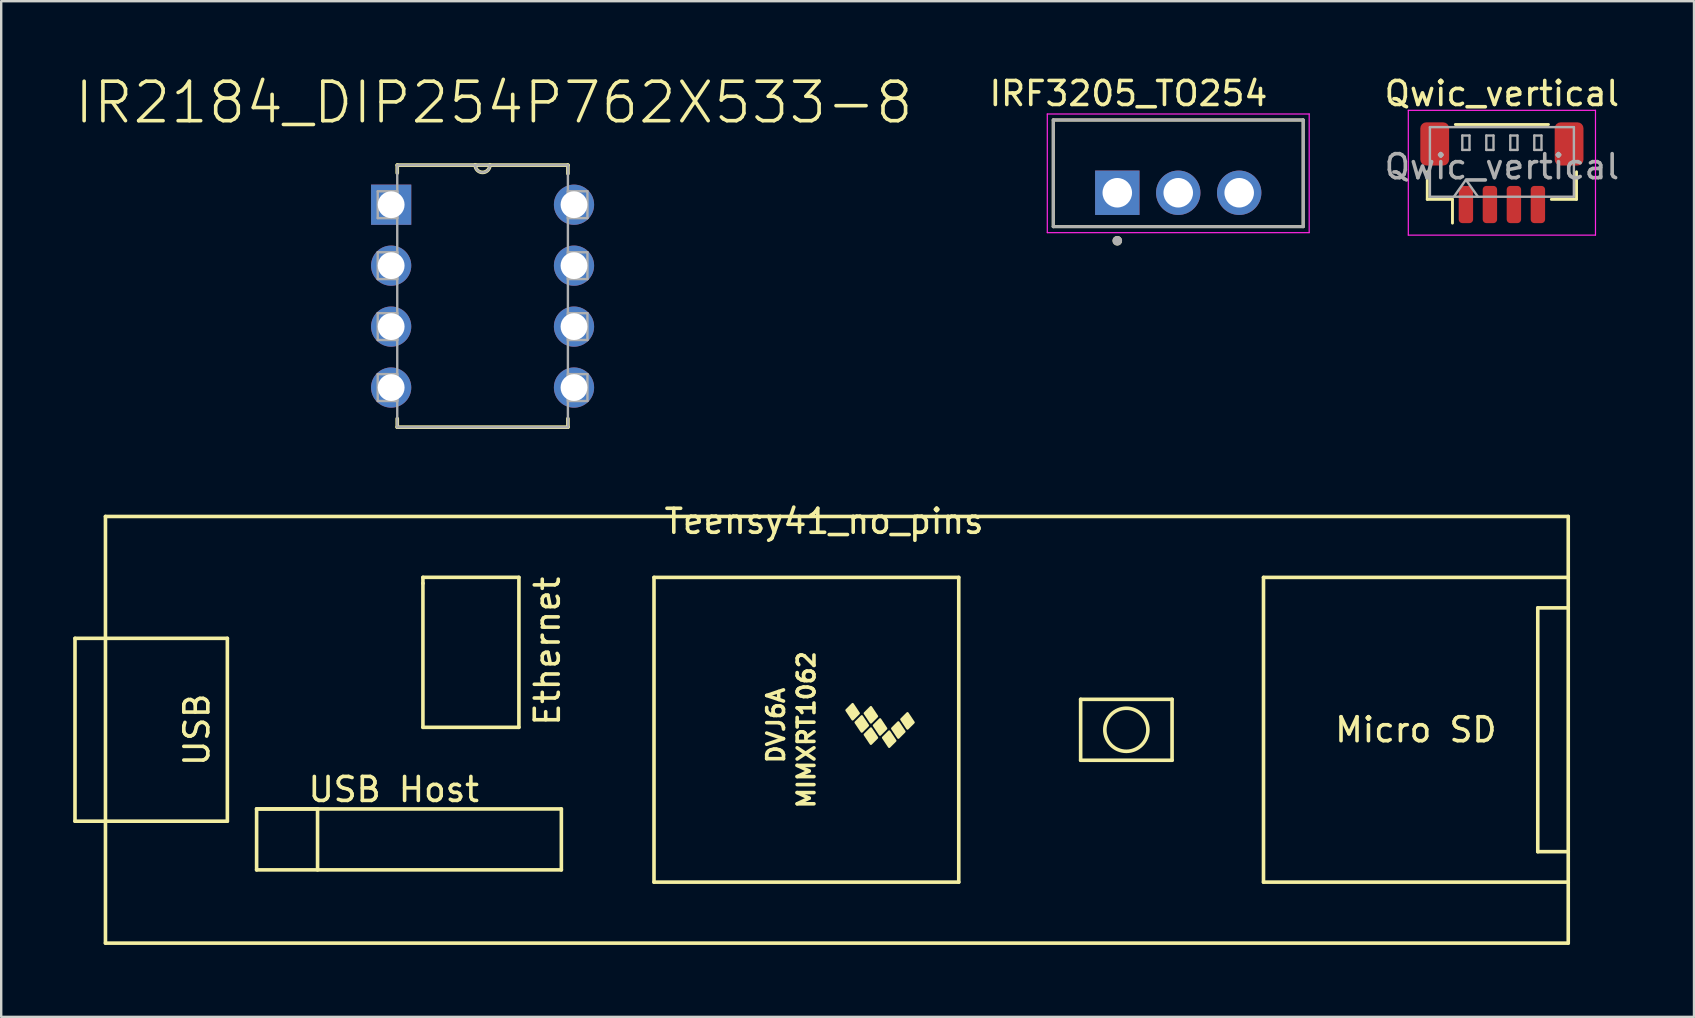
<source format=kicad_pcb>
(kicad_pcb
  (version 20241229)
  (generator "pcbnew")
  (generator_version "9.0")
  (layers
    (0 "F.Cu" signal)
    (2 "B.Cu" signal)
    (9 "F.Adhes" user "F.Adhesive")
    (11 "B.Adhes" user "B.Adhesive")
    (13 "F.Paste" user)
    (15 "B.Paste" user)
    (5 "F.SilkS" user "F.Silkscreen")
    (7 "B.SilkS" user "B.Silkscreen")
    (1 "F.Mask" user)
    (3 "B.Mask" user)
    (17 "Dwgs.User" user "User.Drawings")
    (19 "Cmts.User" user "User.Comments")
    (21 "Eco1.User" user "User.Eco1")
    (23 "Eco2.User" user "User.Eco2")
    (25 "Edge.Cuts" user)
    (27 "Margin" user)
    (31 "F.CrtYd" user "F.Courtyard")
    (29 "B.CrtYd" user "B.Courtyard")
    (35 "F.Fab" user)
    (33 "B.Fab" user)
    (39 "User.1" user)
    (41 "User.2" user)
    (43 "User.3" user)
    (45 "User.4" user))
  (footprint "IR2184_DIP254P762X533-8"
    (layer "F.Cu")
    (at 20.871 13.101)
    (property "Reference" "IR2184_DIP254P762X533-8" (at -3.338 -11.875 0) (layer "F.SilkS") (effects (font (size 1.645 1.645) (thickness 0.15))))
    (attr through_hole)
    (fp_line (start -7.366 -9.271) (end -7.366 -8.941) (stroke (width 0.152) (type solid)) (layer "F.SilkS"))
    (fp_line (start -7.366 1.295) (end -7.366 1.651) (stroke (width 0.152) (type solid)) (layer "F.SilkS"))
    (fp_line (start -7.366 1.651) (end -0.254 1.651) (stroke (width 0.152) (type solid)) (layer "F.SilkS"))
    (fp_line (start -4.115 -9.271) (end -7.366 -9.271) (stroke (width 0.152) (type solid)) (layer "F.SilkS"))
    (fp_line (start -3.505 -9.271) (end -4.115 -9.271) (stroke (width 0.152) (type solid)) (layer "F.SilkS"))
    (fp_line (start -0.254 -9.271) (end -3.505 -9.271) (stroke (width 0.152) (type solid)) (layer "F.SilkS"))
    (fp_line (start -0.254 -8.915) (end -0.254 -9.271) (stroke (width 0.152) (type solid)) (layer "F.SilkS"))
    (fp_line (start -0.254 1.651) (end -0.254 1.295) (stroke (width 0.152) (type solid)) (layer "F.SilkS"))
    (fp_arc (start -3.5052 -9.271) (mid -3.81 -8.9662) (end -4.1148 -9.271) (stroke (width 0.1524) (type solid)) (layer "F.SilkS"))
    (fp_line (start -8.179 -8.179) (end -8.179 -7.061) (stroke (width 0.1) (type solid)) (layer "F.Fab"))
    (fp_line (start -8.179 -7.061) (end -7.366 -7.061) (stroke (width 0.1) (type solid)) (layer "F.Fab"))
    (fp_line (start -8.179 -5.639) (end -8.179 -4.521) (stroke (width 0.1) (type solid)) (layer "F.Fab"))
    (fp_line (start -8.179 -4.521) (end -7.366 -4.521) (stroke (width 0.1) (type solid)) (layer "F.Fab"))
    (fp_line (start -8.179 -3.099) (end -8.179 -1.981) (stroke (width 0.1) (type solid)) (layer "F.Fab"))
    (fp_line (start -8.179 -1.981) (end -7.366 -1.981) (stroke (width 0.1) (type solid)) (layer "F.Fab"))
    (fp_line (start -8.179 -0.559) (end -8.179 0.559) (stroke (width 0.1) (type solid)) (layer "F.Fab"))
    (fp_line (start -8.179 0.559) (end -7.366 0.559) (stroke (width 0.1) (type solid)) (layer "F.Fab"))
    (fp_line (start -7.366 -9.271) (end -7.366 1.651) (stroke (width 0.1) (type solid)) (layer "F.Fab"))
    (fp_line (start -7.366 -8.179) (end -8.179 -8.179) (stroke (width 0.1) (type solid)) (layer "F.Fab"))
    (fp_line (start -7.366 -7.061) (end -7.366 -8.179) (stroke (width 0.1) (type solid)) (layer "F.Fab"))
    (fp_line (start -7.366 -5.639) (end -8.179 -5.639) (stroke (width 0.1) (type solid)) (layer "F.Fab"))
    (fp_line (start -7.366 -4.521) (end -7.366 -5.639) (stroke (width 0.1) (type solid)) (layer "F.Fab"))
    (fp_line (start -7.366 -3.099) (end -8.179 -3.099) (stroke (width 0.1) (type solid)) (layer "F.Fab"))
    (fp_line (start -7.366 -1.981) (end -7.366 -3.099) (stroke (width 0.1) (type solid)) (layer "F.Fab"))
    (fp_line (start -7.366 -0.559) (end -8.179 -0.559) (stroke (width 0.1) (type solid)) (layer "F.Fab"))
    (fp_line (start -7.366 0.559) (end -7.366 -0.559) (stroke (width 0.1) (type solid)) (layer "F.Fab"))
    (fp_line (start -7.366 1.651) (end -0.254 1.651) (stroke (width 0.1) (type solid)) (layer "F.Fab"))
    (fp_line (start -4.115 -9.271) (end -7.366 -9.271) (stroke (width 0.1) (type solid)) (layer "F.Fab"))
    (fp_line (start -3.505 -9.271) (end -4.115 -9.271) (stroke (width 0.1) (type solid)) (layer "F.Fab"))
    (fp_line (start -0.254 -9.271) (end -3.505 -9.271) (stroke (width 0.1) (type solid)) (layer "F.Fab"))
    (fp_line (start -0.254 -8.179) (end -0.254 -7.061) (stroke (width 0.1) (type solid)) (layer "F.Fab"))
    (fp_line (start -0.254 -7.061) (end 0.559 -7.061) (stroke (width 0.1) (type solid)) (layer "F.Fab"))
    (fp_line (start -0.254 -5.639) (end -0.254 -4.521) (stroke (width 0.1) (type solid)) (layer "F.Fab"))
    (fp_line (start -0.254 -4.521) (end 0.559 -4.521) (stroke (width 0.1) (type solid)) (layer "F.Fab"))
    (fp_line (start -0.254 -3.099) (end -0.254 -1.981) (stroke (width 0.1) (type solid)) (layer "F.Fab"))
    (fp_line (start -0.254 -1.981) (end 0.559 -1.981) (stroke (width 0.1) (type solid)) (layer "F.Fab"))
    (fp_line (start -0.254 -0.559) (end -0.254 0.559) (stroke (width 0.1) (type solid)) (layer "F.Fab"))
    (fp_line (start -0.254 0.559) (end 0.559 0.559) (stroke (width 0.1) (type solid)) (layer "F.Fab"))
    (fp_line (start -0.254 1.651) (end -0.254 -9.271) (stroke (width 0.1) (type solid)) (layer "F.Fab"))
    (fp_line (start 0.559 -8.179) (end -0.254 -8.179) (stroke (width 0.1) (type solid)) (layer "F.Fab"))
    (fp_line (start 0.559 -7.061) (end 0.559 -8.179) (stroke (width 0.1) (type solid)) (layer "F.Fab"))
    (fp_line (start 0.559 -5.639) (end -0.254 -5.639) (stroke (width 0.1) (type solid)) (layer "F.Fab"))
    (fp_line (start 0.559 -4.521) (end 0.559 -5.639) (stroke (width 0.1) (type solid)) (layer "F.Fab"))
    (fp_line (start 0.559 -3.099) (end -0.254 -3.099) (stroke (width 0.1) (type solid)) (layer "F.Fab"))
    (fp_line (start 0.559 -1.981) (end 0.559 -3.099) (stroke (width 0.1) (type solid)) (layer "F.Fab"))
    (fp_line (start 0.559 -0.559) (end -0.254 -0.559) (stroke (width 0.1) (type solid)) (layer "F.Fab"))
    (fp_line (start 0.559 0.559) (end 0.559 -0.559) (stroke (width 0.1) (type solid)) (layer "F.Fab"))
    (fp_arc (start -3.5052 -9.271) (mid -3.81 -8.9662) (end -4.1148 -9.271) (stroke (width 0.1) (type solid)) (layer "F.Fab"))
    (pad "1" thru_hole rect (at -7.62 -7.62) (size 1.676 1.676) (drill 1.118) (layers "*.Cu" "*.Mask"))
    (pad "2" thru_hole circle (at -7.62 -5.08) (size 1.676 1.676) (drill 1.118) (layers "*.Cu" "*.Mask"))
    (pad "3" thru_hole circle (at -7.62 -2.54) (size 1.676 1.676) (drill 1.118) (layers "*.Cu" "*.Mask"))
    (pad "4" thru_hole circle (at -7.62 0) (size 1.676 1.676) (drill 1.118) (layers "*.Cu" "*.Mask"))
    (pad "5" thru_hole circle (at 0 0) (size 1.676 1.676) (drill 1.118) (layers "*.Cu" "*.Mask"))
    (pad "6" thru_hole circle (at 0 -2.54) (size 1.676 1.676) (drill 1.118) (layers "*.Cu" "*.Mask"))
    (pad "7" thru_hole circle (at 0 -5.08) (size 1.676 1.676) (drill 1.118) (layers "*.Cu" "*.Mask"))
    (pad "8" thru_hole circle (at 0 -7.62) (size 1.676 1.676) (drill 1.118) (layers "*.Cu" "*.Mask")))
  (footprint "Qwic_vertical"
    (layer "F.Cu")
    (at 59.54 4.148)
    (property "Reference" "Qwic_vertical" (at 0 -3.3 0) (layer "F.SilkS") (effects (font (size 1 1) (thickness 0.15))))
    (attr smd)
    (fp_line (start -3.11 -0.04) (end -3.11 1.11) (stroke (width 0.12) (type solid)) (layer "F.SilkS"))
    (fp_line (start -3.11 1.11) (end -2.06 1.11) (stroke (width 0.12) (type solid)) (layer "F.SilkS"))
    (fp_line (start -2.06 1.11) (end -2.06 2.1) (stroke (width 0.12) (type solid)) (layer "F.SilkS"))
    (fp_line (start -1.94 -2.01) (end 1.94 -2.01) (stroke (width 0.12) (type solid)) (layer "F.SilkS"))
    (fp_line (start 3.11 -0.04) (end 3.11 1.11) (stroke (width 0.12) (type solid)) (layer "F.SilkS"))
    (fp_line (start 3.11 1.11) (end 2.06 1.11) (stroke (width 0.12) (type solid)) (layer "F.SilkS"))
    (fp_line (start -3.9 -2.6) (end -3.9 2.6) (stroke (width 0.05) (type solid)) (layer "F.CrtYd"))
    (fp_line (start -3.9 2.6) (end 3.9 2.6) (stroke (width 0.05) (type solid)) (layer "F.CrtYd"))
    (fp_line (start 3.9 -2.6) (end -3.9 -2.6) (stroke (width 0.05) (type solid)) (layer "F.CrtYd"))
    (fp_line (start 3.9 2.6) (end 3.9 -2.6) (stroke (width 0.05) (type solid)) (layer "F.CrtYd"))
    (fp_line (start -3 -1.9) (end 3 -1.9) (stroke (width 0.1) (type solid)) (layer "F.Fab"))
    (fp_line (start -3 1) (end -3 -1.9) (stroke (width 0.1) (type solid)) (layer "F.Fab"))
    (fp_line (start -3 1) (end 3 1) (stroke (width 0.1) (type solid)) (layer "F.Fab"))
    (fp_line (start -2 1) (end -1.5 0.293) (stroke (width 0.1) (type solid)) (layer "F.Fab"))
    (fp_line (start -1.65 -1.55) (end -1.65 -0.95) (stroke (width 0.1) (type solid)) (layer "F.Fab"))
    (fp_line (start -1.65 -0.95) (end -1.35 -0.95) (stroke (width 0.1) (type solid)) (layer "F.Fab"))
    (fp_line (start -1.5 0.293) (end -1 1) (stroke (width 0.1) (type solid)) (layer "F.Fab"))
    (fp_line (start -1.35 -1.55) (end -1.65 -1.55) (stroke (width 0.1) (type solid)) (layer "F.Fab"))
    (fp_line (start -1.35 -0.95) (end -1.35 -1.55) (stroke (width 0.1) (type solid)) (layer "F.Fab"))
    (fp_line (start -0.65 -1.55) (end -0.65 -0.95) (stroke (width 0.1) (type solid)) (layer "F.Fab"))
    (fp_line (start -0.65 -0.95) (end -0.35 -0.95) (stroke (width 0.1) (type solid)) (layer "F.Fab"))
    (fp_line (start -0.35 -1.55) (end -0.65 -1.55) (stroke (width 0.1) (type solid)) (layer "F.Fab"))
    (fp_line (start -0.35 -0.95) (end -0.35 -1.55) (stroke (width 0.1) (type solid)) (layer "F.Fab"))
    (fp_line (start 0.35 -1.55) (end 0.35 -0.95) (stroke (width 0.1) (type solid)) (layer "F.Fab"))
    (fp_line (start 0.35 -0.95) (end 0.65 -0.95) (stroke (width 0.1) (type solid)) (layer "F.Fab"))
    (fp_line (start 0.65 -1.55) (end 0.35 -1.55) (stroke (width 0.1) (type solid)) (layer "F.Fab"))
    (fp_line (start 0.65 -0.95) (end 0.65 -1.55) (stroke (width 0.1) (type solid)) (layer "F.Fab"))
    (fp_line (start 1.35 -1.55) (end 1.35 -0.95) (stroke (width 0.1) (type solid)) (layer "F.Fab"))
    (fp_line (start 1.35 -0.95) (end 1.65 -0.95) (stroke (width 0.1) (type solid)) (layer "F.Fab"))
    (fp_line (start 1.65 -1.55) (end 1.35 -1.55) (stroke (width 0.1) (type solid)) (layer "F.Fab"))
    (fp_line (start 1.65 -0.95) (end 1.65 -1.55) (stroke (width 0.1) (type solid)) (layer "F.Fab"))
    (fp_line (start 3 1) (end 3 -1.9) (stroke (width 0.1) (type solid)) (layer "F.Fab"))
    (fp_text user "${REFERENCE}" (at 0 -0.25 0) (layer "F.Fab") (effects (font (size 1 1) (thickness 0.15))))
    (pad "1" smd roundrect (at -1.5 1.325) (size 0.6 1.55) (layers "F.Cu" "F.Mask" "F.Paste") (roundrect_rratio 0.25))
    (pad "2" smd roundrect (at -0.5 1.325) (size 0.6 1.55) (layers "F.Cu" "F.Mask" "F.Paste") (roundrect_rratio 0.25))
    (pad "3" smd roundrect (at 0.5 1.325) (size 0.6 1.55) (layers "F.Cu" "F.Mask" "F.Paste") (roundrect_rratio 0.25))
    (pad "4" smd roundrect (at 1.5 1.325) (size 0.6 1.55) (layers "F.Cu" "F.Mask" "F.Paste") (roundrect_rratio 0.25))
    (pad "MP" smd roundrect (at -2.8 -1.2) (size 1.2 1.8) (layers "F.Cu" "F.Mask" "F.Paste") (roundrect_rratio 0.208))
    (pad "MP" smd roundrect (at 2.8 -1.2) (size 1.2 1.8) (layers "F.Cu" "F.Mask" "F.Paste") (roundrect_rratio 0.208)))
  (footprint "Teensy41_no_pins"
    (layer "F.Cu")
    (at 31.825 27.363)
    (property "Reference" "Teensy41_no_pins" (at -0.533 -8.687 0) (layer "F.SilkS") (effects (font (size 1 1) (thickness 0.15))))
    (attr through_hole)
    (fp_line (start -31.75 -3.81) (end -30.48 -3.81) (stroke (width 0.15) (type solid)) (layer "F.SilkS"))
    (fp_line (start -31.75 3.81) (end -31.75 -3.81) (stroke (width 0.15) (type solid)) (layer "F.SilkS"))
    (fp_line (start -30.48 -8.89) (end 30.48 -8.89) (stroke (width 0.15) (type solid)) (layer "F.SilkS"))
    (fp_line (start -30.48 3.81) (end -31.75 3.81) (stroke (width 0.15) (type solid)) (layer "F.SilkS"))
    (fp_line (start -30.48 8.89) (end -30.48 -8.89) (stroke (width 0.15) (type solid)) (layer "F.SilkS"))
    (fp_line (start -25.4 -3.81) (end -30.48 -3.81) (stroke (width 0.15) (type solid)) (layer "F.SilkS"))
    (fp_line (start -25.4 3.81) (end -30.48 3.81) (stroke (width 0.15) (type solid)) (layer "F.SilkS"))
    (fp_line (start -25.4 3.81) (end -25.4 -3.81) (stroke (width 0.15) (type solid)) (layer "F.SilkS"))
    (fp_line (start -24.181 3.299) (end -21.641 3.299) (stroke (width 0.15) (type solid)) (layer "F.SilkS"))
    (fp_line (start -24.181 3.299) (end -11.481 3.299) (stroke (width 0.15) (type solid)) (layer "F.SilkS"))
    (fp_line (start -24.181 5.839) (end -24.181 3.299) (stroke (width 0.15) (type solid)) (layer "F.SilkS"))
    (fp_line (start -21.641 3.299) (end -21.641 5.839) (stroke (width 0.15) (type solid)) (layer "F.SilkS"))
    (fp_line (start -17.25 -6.352) (end -17.25 -6.102) (stroke (width 0.15) (type solid)) (layer "F.SilkS"))
    (fp_line (start -17.25 -6.102) (end -17.25 -0.102) (stroke (width 0.15) (type solid)) (layer "F.SilkS"))
    (fp_line (start -17.25 -0.102) (end -13.25 -0.102) (stroke (width 0.15) (type solid)) (layer "F.SilkS"))
    (fp_line (start -13.25 -6.352) (end -17.25 -6.352) (stroke (width 0.15) (type solid)) (layer "F.SilkS"))
    (fp_line (start -13.25 -0.102) (end -13.25 -6.352) (stroke (width 0.15) (type solid)) (layer "F.SilkS"))
    (fp_line (start -11.481 3.299) (end -11.481 5.839) (stroke (width 0.15) (type solid)) (layer "F.SilkS"))
    (fp_line (start -11.481 5.839) (end -24.181 5.839) (stroke (width 0.15) (type solid)) (layer "F.SilkS"))
    (fp_line (start -7.62 -6.35) (end -7.62 6.35) (stroke (width 0.15) (type solid)) (layer "F.SilkS"))
    (fp_line (start -7.62 6.35) (end 5.08 6.35) (stroke (width 0.15) (type solid)) (layer "F.SilkS"))
    (fp_line (start 5.08 -6.35) (end -7.62 -6.35) (stroke (width 0.15) (type solid)) (layer "F.SilkS"))
    (fp_line (start 5.08 6.35) (end 5.08 -6.35) (stroke (width 0.15) (type solid)) (layer "F.SilkS"))
    (fp_line (start 10.16 -1.27) (end 13.97 -1.27) (stroke (width 0.15) (type solid)) (layer "F.SilkS"))
    (fp_line (start 10.16 1.27) (end 10.16 -1.27) (stroke (width 0.15) (type solid)) (layer "F.SilkS"))
    (fp_line (start 13.97 -1.27) (end 13.97 1.27) (stroke (width 0.15) (type solid)) (layer "F.SilkS"))
    (fp_line (start 13.97 1.27) (end 10.16 1.27) (stroke (width 0.15) (type solid)) (layer "F.SilkS"))
    (fp_line (start 17.78 -6.35) (end 17.78 6.35) (stroke (width 0.15) (type solid)) (layer "F.SilkS"))
    (fp_line (start 17.78 6.35) (end 30.48 6.35) (stroke (width 0.15) (type solid)) (layer "F.SilkS"))
    (fp_line (start 29.21 -5.08) (end 29.21 5.08) (stroke (width 0.15) (type solid)) (layer "F.SilkS"))
    (fp_line (start 29.21 5.08) (end 30.48 5.08) (stroke (width 0.15) (type solid)) (layer "F.SilkS"))
    (fp_line (start 30.48 -8.89) (end 30.48 8.89) (stroke (width 0.15) (type solid)) (layer "F.SilkS"))
    (fp_line (start 30.48 -6.35) (end 17.78 -6.35) (stroke (width 0.15) (type solid)) (layer "F.SilkS"))
    (fp_line (start 30.48 -5.08) (end 29.21 -5.08) (stroke (width 0.15) (type solid)) (layer "F.SilkS"))
    (fp_line (start 30.48 8.89) (end -30.48 8.89) (stroke (width 0.15) (type solid)) (layer "F.SilkS"))
    (fp_circle (center 12.065 0) (end 12.7 -0.635) (stroke (width 0.15) (type solid)) (fill no) (layer "F.SilkS"))
    (fp_poly (pts (xy 0.911 -0.688) (xy 0.657 -0.434) (xy 0.403 -0.815) (xy 0.657 -1.069)) (stroke (width 0.1) (type solid)) (fill yes) (layer "F.SilkS"))
    (fp_poly (pts (xy 1.292 -0.18) (xy 1.038 0.074) (xy 0.784 -0.307) (xy 1.038 -0.561)) (stroke (width 0.1) (type solid)) (fill yes) (layer "F.SilkS"))
    (fp_poly (pts (xy 1.673 -0.561) (xy 1.419 -0.307) (xy 1.165 -0.688) (xy 1.419 -0.942)) (stroke (width 0.1) (type solid)) (fill yes) (layer "F.SilkS"))
    (fp_poly (pts (xy 1.673 0.328) (xy 1.419 0.582) (xy 1.165 0.201) (xy 1.419 -0.053)) (stroke (width 0.1) (type solid)) (fill yes) (layer "F.SilkS"))
    (fp_poly (pts (xy 2.054 -0.053) (xy 1.8 0.201) (xy 1.546 -0.18) (xy 1.8 -0.434)) (stroke (width 0.1) (type solid)) (fill yes) (layer "F.SilkS"))
    (fp_poly (pts (xy 2.435 0.455) (xy 2.181 0.709) (xy 1.927 0.328) (xy 2.181 0.074)) (stroke (width 0.1) (type solid)) (fill yes) (layer "F.SilkS"))
    (fp_poly (pts (xy 2.816 0.074) (xy 2.562 0.328) (xy 2.308 -0.053) (xy 2.562 -0.307)) (stroke (width 0.1) (type solid)) (fill yes) (layer "F.SilkS"))
    (fp_poly (pts (xy 3.197 -0.307) (xy 2.943 -0.053) (xy 2.689 -0.434) (xy 2.943 -0.688)) (stroke (width 0.1) (type solid)) (fill yes) (layer "F.SilkS"))
    (fp_text user "USB Host" (at -18.466 2.489 0) (layer "F.SilkS") (effects (font (size 1 1) (thickness 0.15))))
    (fp_text user "DVJ6A" (at -2.54 -0.18 270) (layer "F.SilkS") (effects (font (size 0.7 0.7) (thickness 0.15))))
    (fp_text user "Ethernet" (at -12.065 -3.277 90) (layer "F.SilkS") (effects (font (size 1 1) (thickness 0.15))))
    (fp_text user "MIMXRT1062" (at -1.27 0 270) (layer "F.SilkS") (effects (font (size 0.7 0.7) (thickness 0.15))))
    (fp_text user "Micro SD" (at 24.13 0 0) (layer "F.SilkS") (effects (font (size 1 1) (thickness 0.15))))
    (fp_text user "USB" (at -26.67 0 270) (layer "F.SilkS") (effects (font (size 1 1) (thickness 0.15)))))
  (footprint "IRF3205_TO254"
    (layer "F.Cu")
    (at 43.512 4.983)
    (property "Reference" "IRF3205_TO254" (at 0.465 -4.135 0) (layer "F.SilkS") (effects (font (size 1 1) (thickness 0.15))))
    (attr through_hole)
    (fp_line (start -2.667 -3.033) (end 7.747 -3.033) (stroke (width 0.127) (type solid)) (layer "F.SilkS"))
    (fp_line (start -2.667 1.412) (end -2.667 -3.033) (stroke (width 0.127) (type solid)) (layer "F.SilkS"))
    (fp_line (start 7.747 -3.033) (end 7.747 1.412) (stroke (width 0.127) (type solid)) (layer "F.SilkS"))
    (fp_line (start 7.747 1.412) (end -2.667 1.412) (stroke (width 0.127) (type solid)) (layer "F.SilkS"))
    (fp_circle (center 0 2) (end 0.1 2) (stroke (width 0.2) (type solid)) (fill no) (layer "F.SilkS"))
    (fp_line (start -2.917 -3.283) (end 7.997 -3.283) (stroke (width 0.05) (type solid)) (layer "F.CrtYd"))
    (fp_line (start -2.917 1.662) (end -2.917 -3.283) (stroke (width 0.05) (type solid)) (layer "F.CrtYd"))
    (fp_line (start 7.997 -3.283) (end 7.997 1.662) (stroke (width 0.05) (type solid)) (layer "F.CrtYd"))
    (fp_line (start 7.997 1.662) (end -2.917 1.662) (stroke (width 0.05) (type solid)) (layer "F.CrtYd"))
    (fp_line (start -2.667 -3.033) (end 7.747 -3.033) (stroke (width 0.127) (type solid)) (layer "F.Fab"))
    (fp_line (start -2.667 1.412) (end -2.667 -3.033) (stroke (width 0.127) (type solid)) (layer "F.Fab"))
    (fp_line (start 7.747 -3.033) (end 7.747 1.412) (stroke (width 0.127) (type solid)) (layer "F.Fab"))
    (fp_line (start 7.747 1.412) (end -2.667 1.412) (stroke (width 0.127) (type solid)) (layer "F.Fab"))
    (fp_circle (center 0 2) (end 0.1 2) (stroke (width 0.2) (type solid)) (fill no) (layer "F.Fab"))
    (pad "1" thru_hole rect (at 0 0) (size 1.85 1.85) (drill 1.23) (layers "*.Cu" "*.Mask"))
    (pad "2" thru_hole circle (at 2.54 0) (size 1.85 1.85) (drill 1.23) (layers "*.Cu" "*.Mask"))
    (pad "3" thru_hole circle (at 5.08 0) (size 1.85 1.85) (drill 1.23) (layers "*.Cu" "*.Mask")))
  (gr_rect
    (start -3 -3)
    (end 67.546 39.328)
    (stroke (width 0.1) (type default))
    (fill no)
    (layer "Edge.Cuts")))
</source>
